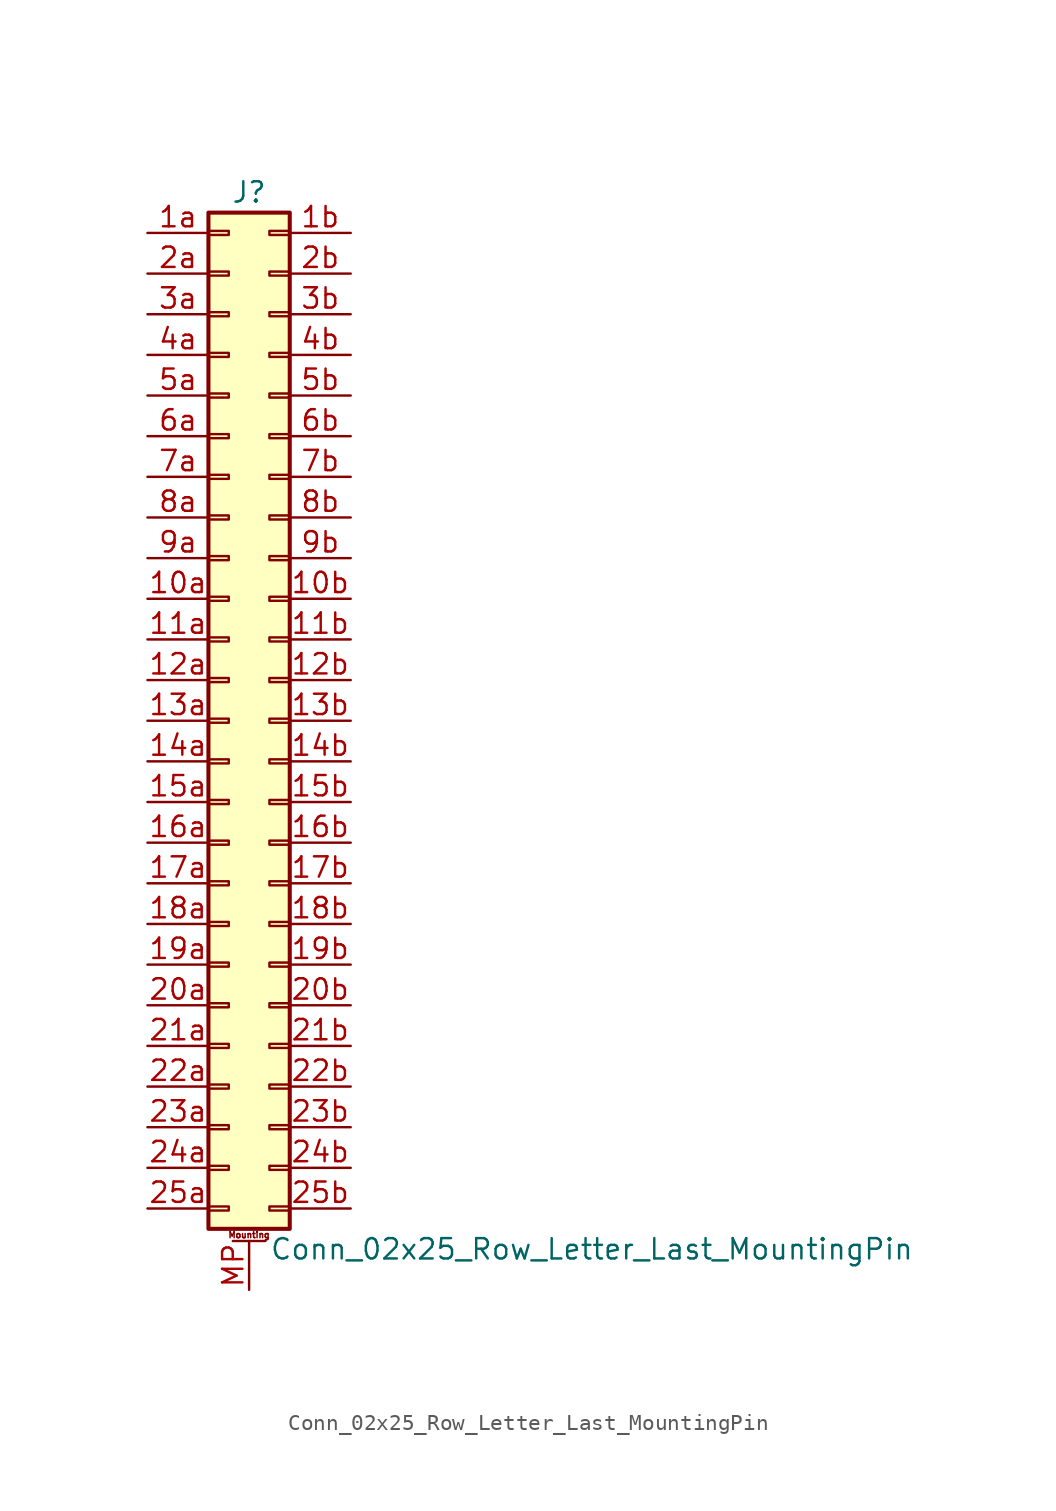
<source format=kicad_sym>
(kicad_symbol_lib
  (version 20220914)
  (generator kicad_symbol_editor)
  (symbol "Conn_02x25_Row_Letter_Last_MountingPin"
    (pin_names
      (offset 1.016) hide)
    (property "Reference" "J"
      (at 1.27 33.02 0)
      (effects (font (size 1.27 1.27))))
    (property "Value" "Conn_02x25_Row_Letter_Last_MountingPin"
      (at 2.54 -33.02 0)
      (effects (font (size 1.27 1.27)) (justify left)))
    (symbol "Conn_02x25_Row_Letter_Last_MountingPin_1_1"
      (rectangle (start -1.27 -30.353) (end 0 -30.607) (stroke (width 0.152) (type default)) (fill (type none)))
      (rectangle (start -1.27 -27.813) (end 0 -28.067) (stroke (width 0.152) (type default)) (fill (type none)))
      (rectangle (start -1.27 -25.273) (end 0 -25.527) (stroke (width 0.152) (type default)) (fill (type none)))
      (rectangle (start -1.27 -22.733) (end 0 -22.987) (stroke (width 0.152) (type default)) (fill (type none)))
      (rectangle (start -1.27 -20.193) (end 0 -20.447) (stroke (width 0.152) (type default)) (fill (type none)))
      (rectangle (start -1.27 -17.653) (end 0 -17.907) (stroke (width 0.152) (type default)) (fill (type none)))
      (rectangle (start -1.27 -15.113) (end 0 -15.367) (stroke (width 0.152) (type default)) (fill (type none)))
      (rectangle (start -1.27 -12.573) (end 0 -12.827) (stroke (width 0.152) (type default)) (fill (type none)))
      (rectangle (start -1.27 -10.033) (end 0 -10.287) (stroke (width 0.152) (type default)) (fill (type none)))
      (rectangle (start -1.27 -7.493) (end 0 -7.747) (stroke (width 0.152) (type default)) (fill (type none)))
      (rectangle (start -1.27 -4.953) (end 0 -5.207) (stroke (width 0.152) (type default)) (fill (type none)))
      (rectangle (start -1.27 -2.413) (end 0 -2.667) (stroke (width 0.152) (type default)) (fill (type none)))
      (rectangle (start -1.27 0.127) (end 0 -0.127) (stroke (width 0.152) (type default)) (fill (type none)))
      (rectangle (start -1.27 2.667) (end 0 2.413) (stroke (width 0.152) (type default)) (fill (type none)))
      (rectangle (start -1.27 5.207) (end 0 4.953) (stroke (width 0.152) (type default)) (fill (type none)))
      (rectangle (start -1.27 7.747) (end 0 7.493) (stroke (width 0.152) (type default)) (fill (type none)))
      (rectangle (start -1.27 10.287) (end 0 10.033) (stroke (width 0.152) (type default)) (fill (type none)))
      (rectangle (start -1.27 12.827) (end 0 12.573) (stroke (width 0.152) (type default)) (fill (type none)))
      (rectangle (start -1.27 15.367) (end 0 15.113) (stroke (width 0.152) (type default)) (fill (type none)))
      (rectangle (start -1.27 17.907) (end 0 17.653) (stroke (width 0.152) (type default)) (fill (type none)))
      (rectangle (start -1.27 20.447) (end 0 20.193) (stroke (width 0.152) (type default)) (fill (type none)))
      (rectangle (start -1.27 22.987) (end 0 22.733) (stroke (width 0.152) (type default)) (fill (type none)))
      (rectangle (start -1.27 25.527) (end 0 25.273) (stroke (width 0.152) (type default)) (fill (type none)))
      (rectangle (start -1.27 28.067) (end 0 27.813) (stroke (width 0.152) (type default)) (fill (type none)))
      (rectangle (start -1.27 30.607) (end 0 30.353) (stroke (width 0.152) (type default)) (fill (type none)))
      (rectangle (start -1.27 31.75) (end 3.81 -31.75) (stroke (width 0.254) (type default)) (fill (type background)))
      (polyline (pts (xy 0.254 -32.512) (xy 2.286 -32.512)) (stroke (width 0.152) (type default)) (fill (type none)))
      (rectangle (start 3.81 -30.353) (end 2.54 -30.607) (stroke (width 0.152) (type default)) (fill (type none)))
      (rectangle (start 3.81 -27.813) (end 2.54 -28.067) (stroke (width 0.152) (type default)) (fill (type none)))
      (rectangle (start 3.81 -25.273) (end 2.54 -25.527) (stroke (width 0.152) (type default)) (fill (type none)))
      (rectangle (start 3.81 -22.733) (end 2.54 -22.987) (stroke (width 0.152) (type default)) (fill (type none)))
      (rectangle (start 3.81 -20.193) (end 2.54 -20.447) (stroke (width 0.152) (type default)) (fill (type none)))
      (rectangle (start 3.81 -17.653) (end 2.54 -17.907) (stroke (width 0.152) (type default)) (fill (type none)))
      (rectangle (start 3.81 -15.113) (end 2.54 -15.367) (stroke (width 0.152) (type default)) (fill (type none)))
      (rectangle (start 3.81 -12.573) (end 2.54 -12.827) (stroke (width 0.152) (type default)) (fill (type none)))
      (rectangle (start 3.81 -10.033) (end 2.54 -10.287) (stroke (width 0.152) (type default)) (fill (type none)))
      (rectangle (start 3.81 -7.493) (end 2.54 -7.747) (stroke (width 0.152) (type default)) (fill (type none)))
      (rectangle (start 3.81 -4.953) (end 2.54 -5.207) (stroke (width 0.152) (type default)) (fill (type none)))
      (rectangle (start 3.81 -2.413) (end 2.54 -2.667) (stroke (width 0.152) (type default)) (fill (type none)))
      (rectangle (start 3.81 0.127) (end 2.54 -0.127) (stroke (width 0.152) (type default)) (fill (type none)))
      (rectangle (start 3.81 2.667) (end 2.54 2.413) (stroke (width 0.152) (type default)) (fill (type none)))
      (rectangle (start 3.81 5.207) (end 2.54 4.953) (stroke (width 0.152) (type default)) (fill (type none)))
      (rectangle (start 3.81 7.747) (end 2.54 7.493) (stroke (width 0.152) (type default)) (fill (type none)))
      (rectangle (start 3.81 10.287) (end 2.54 10.033) (stroke (width 0.152) (type default)) (fill (type none)))
      (rectangle (start 3.81 12.827) (end 2.54 12.573) (stroke (width 0.152) (type default)) (fill (type none)))
      (rectangle (start 3.81 15.367) (end 2.54 15.113) (stroke (width 0.152) (type default)) (fill (type none)))
      (rectangle (start 3.81 17.907) (end 2.54 17.653) (stroke (width 0.152) (type default)) (fill (type none)))
      (rectangle (start 3.81 20.447) (end 2.54 20.193) (stroke (width 0.152) (type default)) (fill (type none)))
      (rectangle (start 3.81 22.987) (end 2.54 22.733) (stroke (width 0.152) (type default)) (fill (type none)))
      (rectangle (start 3.81 25.527) (end 2.54 25.273) (stroke (width 0.152) (type default)) (fill (type none)))
      (rectangle (start 3.81 28.067) (end 2.54 27.813) (stroke (width 0.152) (type default)) (fill (type none)))
      (rectangle (start 3.81 30.607) (end 2.54 30.353) (stroke (width 0.152) (type default)) (fill (type none)))
      (text "Mounting" (at 1.27 -32.131 0) (effects (font (size 0.381 0.381))))
      (pin passive line (at -5.08 7.62 0) (length 3.81) (name "Pin_10a" (effects (font (size 1.27 1.27)))) (number "10a" (effects (font (size 1.27 1.27)))))
      (pin passive line (at 7.62 7.62 180) (length 3.81) (name "Pin_10b" (effects (font (size 1.27 1.27)))) (number "10b" (effects (font (size 1.27 1.27)))))
      (pin passive line (at -5.08 5.08 0) (length 3.81) (name "Pin_11a" (effects (font (size 1.27 1.27)))) (number "11a" (effects (font (size 1.27 1.27)))))
      (pin passive line (at 7.62 5.08 180) (length 3.81) (name "Pin_11b" (effects (font (size 1.27 1.27)))) (number "11b" (effects (font (size 1.27 1.27)))))
      (pin passive line (at -5.08 2.54 0) (length 3.81) (name "Pin_12a" (effects (font (size 1.27 1.27)))) (number "12a" (effects (font (size 1.27 1.27)))))
      (pin passive line (at 7.62 2.54 180) (length 3.81) (name "Pin_12b" (effects (font (size 1.27 1.27)))) (number "12b" (effects (font (size 1.27 1.27)))))
      (pin passive line (at -5.08 0 0) (length 3.81) (name "Pin_13a" (effects (font (size 1.27 1.27)))) (number "13a" (effects (font (size 1.27 1.27)))))
      (pin passive line (at 7.62 0 180) (length 3.81) (name "Pin_13b" (effects (font (size 1.27 1.27)))) (number "13b" (effects (font (size 1.27 1.27)))))
      (pin passive line (at -5.08 -2.54 0) (length 3.81) (name "Pin_14a" (effects (font (size 1.27 1.27)))) (number "14a" (effects (font (size 1.27 1.27)))))
      (pin passive line (at 7.62 -2.54 180) (length 3.81) (name "Pin_14b" (effects (font (size 1.27 1.27)))) (number "14b" (effects (font (size 1.27 1.27)))))
      (pin passive line (at -5.08 -5.08 0) (length 3.81) (name "Pin_15a" (effects (font (size 1.27 1.27)))) (number "15a" (effects (font (size 1.27 1.27)))))
      (pin passive line (at 7.62 -5.08 180) (length 3.81) (name "Pin_15b" (effects (font (size 1.27 1.27)))) (number "15b" (effects (font (size 1.27 1.27)))))
      (pin passive line (at -5.08 -7.62 0) (length 3.81) (name "Pin_16a" (effects (font (size 1.27 1.27)))) (number "16a" (effects (font (size 1.27 1.27)))))
      (pin passive line (at 7.62 -7.62 180) (length 3.81) (name "Pin_16b" (effects (font (size 1.27 1.27)))) (number "16b" (effects (font (size 1.27 1.27)))))
      (pin passive line (at -5.08 -10.16 0) (length 3.81) (name "Pin_17a" (effects (font (size 1.27 1.27)))) (number "17a" (effects (font (size 1.27 1.27)))))
      (pin passive line (at 7.62 -10.16 180) (length 3.81) (name "Pin_17b" (effects (font (size 1.27 1.27)))) (number "17b" (effects (font (size 1.27 1.27)))))
      (pin passive line (at -5.08 -12.7 0) (length 3.81) (name "Pin_18a" (effects (font (size 1.27 1.27)))) (number "18a" (effects (font (size 1.27 1.27)))))
      (pin passive line (at 7.62 -12.7 180) (length 3.81) (name "Pin_18b" (effects (font (size 1.27 1.27)))) (number "18b" (effects (font (size 1.27 1.27)))))
      (pin passive line (at -5.08 -15.24 0) (length 3.81) (name "Pin_19a" (effects (font (size 1.27 1.27)))) (number "19a" (effects (font (size 1.27 1.27)))))
      (pin passive line (at 7.62 -15.24 180) (length 3.81) (name "Pin_19b" (effects (font (size 1.27 1.27)))) (number "19b" (effects (font (size 1.27 1.27)))))
      (pin passive line (at -5.08 30.48 0) (length 3.81) (name "Pin_1a" (effects (font (size 1.27 1.27)))) (number "1a" (effects (font (size 1.27 1.27)))))
      (pin passive line (at 7.62 30.48 180) (length 3.81) (name "Pin_1b" (effects (font (size 1.27 1.27)))) (number "1b" (effects (font (size 1.27 1.27)))))
      (pin passive line (at -5.08 -17.78 0) (length 3.81) (name "Pin_20a" (effects (font (size 1.27 1.27)))) (number "20a" (effects (font (size 1.27 1.27)))))
      (pin passive line (at 7.62 -17.78 180) (length 3.81) (name "Pin_20b" (effects (font (size 1.27 1.27)))) (number "20b" (effects (font (size 1.27 1.27)))))
      (pin passive line (at -5.08 -20.32 0) (length 3.81) (name "Pin_21a" (effects (font (size 1.27 1.27)))) (number "21a" (effects (font (size 1.27 1.27)))))
      (pin passive line (at 7.62 -20.32 180) (length 3.81) (name "Pin_21b" (effects (font (size 1.27 1.27)))) (number "21b" (effects (font (size 1.27 1.27)))))
      (pin passive line (at -5.08 -22.86 0) (length 3.81) (name "Pin_22a" (effects (font (size 1.27 1.27)))) (number "22a" (effects (font (size 1.27 1.27)))))
      (pin passive line (at 7.62 -22.86 180) (length 3.81) (name "Pin_22b" (effects (font (size 1.27 1.27)))) (number "22b" (effects (font (size 1.27 1.27)))))
      (pin passive line (at -5.08 -25.4 0) (length 3.81) (name "Pin_23a" (effects (font (size 1.27 1.27)))) (number "23a" (effects (font (size 1.27 1.27)))))
      (pin passive line (at 7.62 -25.4 180) (length 3.81) (name "Pin_23b" (effects (font (size 1.27 1.27)))) (number "23b" (effects (font (size 1.27 1.27)))))
      (pin passive line (at -5.08 -27.94 0) (length 3.81) (name "Pin_24a" (effects (font (size 1.27 1.27)))) (number "24a" (effects (font (size 1.27 1.27)))))
      (pin passive line (at 7.62 -27.94 180) (length 3.81) (name "Pin_24b" (effects (font (size 1.27 1.27)))) (number "24b" (effects (font (size 1.27 1.27)))))
      (pin passive line (at -5.08 -30.48 0) (length 3.81) (name "Pin_25a" (effects (font (size 1.27 1.27)))) (number "25a" (effects (font (size 1.27 1.27)))))
      (pin passive line (at 7.62 -30.48 180) (length 3.81) (name "Pin_25b" (effects (font (size 1.27 1.27)))) (number "25b" (effects (font (size 1.27 1.27)))))
      (pin passive line (at -5.08 27.94 0) (length 3.81) (name "Pin_2a" (effects (font (size 1.27 1.27)))) (number "2a" (effects (font (size 1.27 1.27)))))
      (pin passive line (at 7.62 27.94 180) (length 3.81) (name "Pin_2b" (effects (font (size 1.27 1.27)))) (number "2b" (effects (font (size 1.27 1.27)))))
      (pin passive line (at -5.08 25.4 0) (length 3.81) (name "Pin_3a" (effects (font (size 1.27 1.27)))) (number "3a" (effects (font (size 1.27 1.27)))))
      (pin passive line (at 7.62 25.4 180) (length 3.81) (name "Pin_3b" (effects (font (size 1.27 1.27)))) (number "3b" (effects (font (size 1.27 1.27)))))
      (pin passive line (at -5.08 22.86 0) (length 3.81) (name "Pin_4a" (effects (font (size 1.27 1.27)))) (number "4a" (effects (font (size 1.27 1.27)))))
      (pin passive line (at 7.62 22.86 180) (length 3.81) (name "Pin_4b" (effects (font (size 1.27 1.27)))) (number "4b" (effects (font (size 1.27 1.27)))))
      (pin passive line (at -5.08 20.32 0) (length 3.81) (name "Pin_5a" (effects (font (size 1.27 1.27)))) (number "5a" (effects (font (size 1.27 1.27)))))
      (pin passive line (at 7.62 20.32 180) (length 3.81) (name "Pin_5b" (effects (font (size 1.27 1.27)))) (number "5b" (effects (font (size 1.27 1.27)))))
      (pin passive line (at -5.08 17.78 0) (length 3.81) (name "Pin_6a" (effects (font (size 1.27 1.27)))) (number "6a" (effects (font (size 1.27 1.27)))))
      (pin passive line (at 7.62 17.78 180) (length 3.81) (name "Pin_6b" (effects (font (size 1.27 1.27)))) (number "6b" (effects (font (size 1.27 1.27)))))
      (pin passive line (at -5.08 15.24 0) (length 3.81) (name "Pin_7a" (effects (font (size 1.27 1.27)))) (number "7a" (effects (font (size 1.27 1.27)))))
      (pin passive line (at 7.62 15.24 180) (length 3.81) (name "Pin_7b" (effects (font (size 1.27 1.27)))) (number "7b" (effects (font (size 1.27 1.27)))))
      (pin passive line (at -5.08 12.7 0) (length 3.81) (name "Pin_8a" (effects (font (size 1.27 1.27)))) (number "8a" (effects (font (size 1.27 1.27)))))
      (pin passive line (at 7.62 12.7 180) (length 3.81) (name "Pin_8b" (effects (font (size 1.27 1.27)))) (number "8b" (effects (font (size 1.27 1.27)))))
      (pin passive line (at -5.08 10.16 0) (length 3.81) (name "Pin_9a" (effects (font (size 1.27 1.27)))) (number "9a" (effects (font (size 1.27 1.27)))))
      (pin passive line (at 7.62 10.16 180) (length 3.81) (name "Pin_9b" (effects (font (size 1.27 1.27)))) (number "9b" (effects (font (size 1.27 1.27)))))
      (pin passive line (at 1.27 -35.56 90) (length 3.048) (name "MountPin" (effects (font (size 1.27 1.27)))) (number "MP" (effects (font (size 1.27 1.27))))))))
</source>
